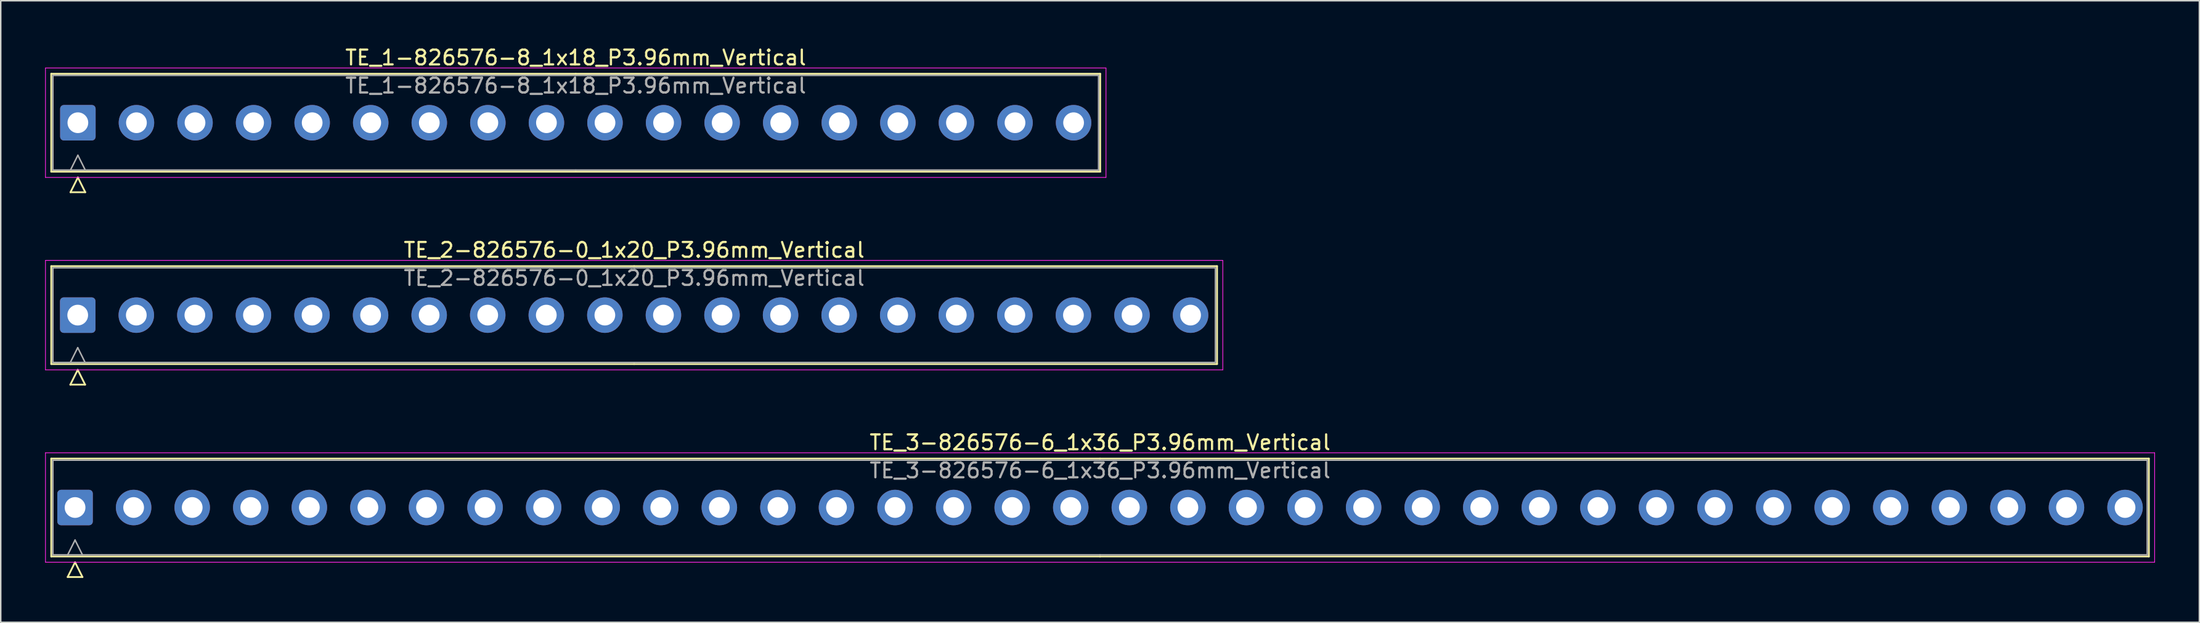
<source format=kicad_pcb>
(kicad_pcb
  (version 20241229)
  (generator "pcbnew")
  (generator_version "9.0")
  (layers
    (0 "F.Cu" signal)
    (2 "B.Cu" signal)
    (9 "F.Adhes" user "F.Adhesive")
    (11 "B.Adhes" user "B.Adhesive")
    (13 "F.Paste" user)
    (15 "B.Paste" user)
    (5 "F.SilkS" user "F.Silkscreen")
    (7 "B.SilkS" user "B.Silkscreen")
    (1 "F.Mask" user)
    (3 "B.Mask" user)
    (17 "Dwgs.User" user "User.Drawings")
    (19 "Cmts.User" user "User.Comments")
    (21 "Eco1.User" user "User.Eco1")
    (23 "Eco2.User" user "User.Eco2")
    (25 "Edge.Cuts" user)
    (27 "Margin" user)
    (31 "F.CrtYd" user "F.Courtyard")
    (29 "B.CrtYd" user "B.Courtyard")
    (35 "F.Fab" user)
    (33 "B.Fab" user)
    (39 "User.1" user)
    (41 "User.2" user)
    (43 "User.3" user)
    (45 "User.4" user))
  (footprint "TE_1-826576-8_1x18_P3.96mm_Vertical"
    (layer "F.Cu")
    (at 2.215 5.248)
    (property "Reference" "TE_1-826576-8_1x18_P3.96mm_Vertical" (at 33.66 -4.4 0) (layer "F.SilkS") (effects (font (size 1 1) (thickness 0.15))))
    (attr through_hole)
    (fp_line (start -1.8 -3.31) (end -1.8 3.31) (stroke (width 0.12) (type solid)) (layer "F.SilkS"))
    (fp_line (start -1.8 3.31) (end 33.66 3.31) (stroke (width 0.12) (type solid)) (layer "F.SilkS"))
    (fp_line (start -0.5 4.7) (end 0 3.7) (stroke (width 0.12) (type solid)) (layer "F.SilkS"))
    (fp_line (start 0 3.7) (end 0.5 4.7) (stroke (width 0.12) (type solid)) (layer "F.SilkS"))
    (fp_line (start 0.5 4.7) (end -0.5 4.7) (stroke (width 0.12) (type solid)) (layer "F.SilkS"))
    (fp_line (start 33.66 -3.31) (end -1.8 -3.31) (stroke (width 0.12) (type solid)) (layer "F.SilkS"))
    (fp_line (start 33.66 -3.31) (end 69.12 -3.31) (stroke (width 0.12) (type solid)) (layer "F.SilkS"))
    (fp_line (start 69.12 -3.31) (end 69.12 3.31) (stroke (width 0.12) (type solid)) (layer "F.SilkS"))
    (fp_line (start 69.12 3.31) (end 33.66 3.31) (stroke (width 0.12) (type solid)) (layer "F.SilkS"))
    (fp_line (start -2.19 -3.7) (end -2.19 3.7) (stroke (width 0.05) (type solid)) (layer "F.CrtYd"))
    (fp_line (start -2.19 3.7) (end 69.51 3.7) (stroke (width 0.05) (type solid)) (layer "F.CrtYd"))
    (fp_line (start 69.51 -3.7) (end -2.19 -3.7) (stroke (width 0.05) (type solid)) (layer "F.CrtYd"))
    (fp_line (start 69.51 3.7) (end 69.51 -3.7) (stroke (width 0.05) (type solid)) (layer "F.CrtYd"))
    (fp_line (start -1.69 -3.2) (end -1.69 3.2) (stroke (width 0.1) (type solid)) (layer "F.Fab"))
    (fp_line (start -1.69 3.2) (end 33.66 3.2) (stroke (width 0.1) (type solid)) (layer "F.Fab"))
    (fp_line (start -0.5 3.2) (end 0 2.2) (stroke (width 0.1) (type solid)) (layer "F.Fab"))
    (fp_line (start 0 2.2) (end 0.5 3.2) (stroke (width 0.1) (type solid)) (layer "F.Fab"))
    (fp_line (start 33.66 -3.2) (end -1.69 -3.2) (stroke (width 0.1) (type solid)) (layer "F.Fab"))
    (fp_line (start 33.66 -3.2) (end 69.01 -3.2) (stroke (width 0.1) (type solid)) (layer "F.Fab"))
    (fp_line (start 69.01 -3.2) (end 69.01 3.2) (stroke (width 0.1) (type solid)) (layer "F.Fab"))
    (fp_line (start 69.01 3.2) (end 33.66 3.2) (stroke (width 0.1) (type solid)) (layer "F.Fab"))
    (fp_text user "${REFERENCE}" (at 33.66 -2.5 0) (layer "F.Fab") (effects (font (size 1 1) (thickness 0.15))))
    (pad "1" thru_hole roundrect (at 0 0) (size 2.4 2.4) (drill 1.4) (layers "*.Cu" "*.Mask") (roundrect_rratio 0.104))
    (pad "2" thru_hole circle (at 3.96 0) (size 2.4 2.4) (drill 1.4) (layers "*.Cu" "*.Mask"))
    (pad "3" thru_hole circle (at 7.92 0) (size 2.4 2.4) (drill 1.4) (layers "*.Cu" "*.Mask"))
    (pad "4" thru_hole circle (at 11.88 0) (size 2.4 2.4) (drill 1.4) (layers "*.Cu" "*.Mask"))
    (pad "5" thru_hole circle (at 15.84 0) (size 2.4 2.4) (drill 1.4) (layers "*.Cu" "*.Mask"))
    (pad "6" thru_hole circle (at 19.8 0) (size 2.4 2.4) (drill 1.4) (layers "*.Cu" "*.Mask"))
    (pad "7" thru_hole circle (at 23.76 0) (size 2.4 2.4) (drill 1.4) (layers "*.Cu" "*.Mask"))
    (pad "8" thru_hole circle (at 27.72 0) (size 2.4 2.4) (drill 1.4) (layers "*.Cu" "*.Mask"))
    (pad "9" thru_hole circle (at 31.68 0) (size 2.4 2.4) (drill 1.4) (layers "*.Cu" "*.Mask"))
    (pad "10" thru_hole circle (at 35.64 0) (size 2.4 2.4) (drill 1.4) (layers "*.Cu" "*.Mask"))
    (pad "11" thru_hole circle (at 39.6 0) (size 2.4 2.4) (drill 1.4) (layers "*.Cu" "*.Mask"))
    (pad "12" thru_hole circle (at 43.56 0) (size 2.4 2.4) (drill 1.4) (layers "*.Cu" "*.Mask"))
    (pad "13" thru_hole circle (at 47.52 0) (size 2.4 2.4) (drill 1.4) (layers "*.Cu" "*.Mask"))
    (pad "14" thru_hole circle (at 51.48 0) (size 2.4 2.4) (drill 1.4) (layers "*.Cu" "*.Mask"))
    (pad "15" thru_hole circle (at 55.44 0) (size 2.4 2.4) (drill 1.4) (layers "*.Cu" "*.Mask"))
    (pad "16" thru_hole circle (at 59.4 0) (size 2.4 2.4) (drill 1.4) (layers "*.Cu" "*.Mask"))
    (pad "17" thru_hole circle (at 63.36 0) (size 2.4 2.4) (drill 1.4) (layers "*.Cu" "*.Mask"))
    (pad "18" thru_hole circle (at 67.32 0) (size 2.4 2.4) (drill 1.4) (layers "*.Cu" "*.Mask")))
  (footprint "TE_2-826576-0_1x20_P3.96mm_Vertical"
    (layer "F.Cu")
    (at 2.205 18.256)
    (property "Reference" "TE_2-826576-0_1x20_P3.96mm_Vertical" (at 37.62 -4.4 0) (layer "F.SilkS") (effects (font (size 1 1) (thickness 0.15))))
    (attr through_hole)
    (fp_line (start -1.79 -3.31) (end -1.79 3.31) (stroke (width 0.12) (type solid)) (layer "F.SilkS"))
    (fp_line (start -1.79 3.31) (end 37.62 3.31) (stroke (width 0.12) (type solid)) (layer "F.SilkS"))
    (fp_line (start -0.5 4.7) (end 0 3.7) (stroke (width 0.12) (type solid)) (layer "F.SilkS"))
    (fp_line (start 0 3.7) (end 0.5 4.7) (stroke (width 0.12) (type solid)) (layer "F.SilkS"))
    (fp_line (start 0.5 4.7) (end -0.5 4.7) (stroke (width 0.12) (type solid)) (layer "F.SilkS"))
    (fp_line (start 37.62 -3.31) (end -1.79 -3.31) (stroke (width 0.12) (type solid)) (layer "F.SilkS"))
    (fp_line (start 37.62 -3.31) (end 77.03 -3.31) (stroke (width 0.12) (type solid)) (layer "F.SilkS"))
    (fp_line (start 77.03 -3.31) (end 77.03 3.31) (stroke (width 0.12) (type solid)) (layer "F.SilkS"))
    (fp_line (start 77.03 3.31) (end 37.62 3.31) (stroke (width 0.12) (type solid)) (layer "F.SilkS"))
    (fp_line (start -2.18 -3.7) (end -2.18 3.7) (stroke (width 0.05) (type solid)) (layer "F.CrtYd"))
    (fp_line (start -2.18 3.7) (end 77.42 3.7) (stroke (width 0.05) (type solid)) (layer "F.CrtYd"))
    (fp_line (start 77.42 -3.7) (end -2.18 -3.7) (stroke (width 0.05) (type solid)) (layer "F.CrtYd"))
    (fp_line (start 77.42 3.7) (end 77.42 -3.7) (stroke (width 0.05) (type solid)) (layer "F.CrtYd"))
    (fp_line (start -1.68 -3.2) (end -1.68 3.2) (stroke (width 0.1) (type solid)) (layer "F.Fab"))
    (fp_line (start -1.68 3.2) (end 37.62 3.2) (stroke (width 0.1) (type solid)) (layer "F.Fab"))
    (fp_line (start -0.5 3.2) (end 0 2.2) (stroke (width 0.1) (type solid)) (layer "F.Fab"))
    (fp_line (start 0 2.2) (end 0.5 3.2) (stroke (width 0.1) (type solid)) (layer "F.Fab"))
    (fp_line (start 37.62 -3.2) (end -1.68 -3.2) (stroke (width 0.1) (type solid)) (layer "F.Fab"))
    (fp_line (start 37.62 -3.2) (end 76.92 -3.2) (stroke (width 0.1) (type solid)) (layer "F.Fab"))
    (fp_line (start 76.92 -3.2) (end 76.92 3.2) (stroke (width 0.1) (type solid)) (layer "F.Fab"))
    (fp_line (start 76.92 3.2) (end 37.62 3.2) (stroke (width 0.1) (type solid)) (layer "F.Fab"))
    (fp_text user "${REFERENCE}" (at 37.62 -2.5 0) (layer "F.Fab") (effects (font (size 1 1) (thickness 0.15))))
    (pad "1" thru_hole roundrect (at 0 0) (size 2.4 2.4) (drill 1.4) (layers "*.Cu" "*.Mask") (roundrect_rratio 0.104))
    (pad "2" thru_hole circle (at 3.96 0) (size 2.4 2.4) (drill 1.4) (layers "*.Cu" "*.Mask"))
    (pad "3" thru_hole circle (at 7.92 0) (size 2.4 2.4) (drill 1.4) (layers "*.Cu" "*.Mask"))
    (pad "4" thru_hole circle (at 11.88 0) (size 2.4 2.4) (drill 1.4) (layers "*.Cu" "*.Mask"))
    (pad "5" thru_hole circle (at 15.84 0) (size 2.4 2.4) (drill 1.4) (layers "*.Cu" "*.Mask"))
    (pad "6" thru_hole circle (at 19.8 0) (size 2.4 2.4) (drill 1.4) (layers "*.Cu" "*.Mask"))
    (pad "7" thru_hole circle (at 23.76 0) (size 2.4 2.4) (drill 1.4) (layers "*.Cu" "*.Mask"))
    (pad "8" thru_hole circle (at 27.72 0) (size 2.4 2.4) (drill 1.4) (layers "*.Cu" "*.Mask"))
    (pad "9" thru_hole circle (at 31.68 0) (size 2.4 2.4) (drill 1.4) (layers "*.Cu" "*.Mask"))
    (pad "10" thru_hole circle (at 35.64 0) (size 2.4 2.4) (drill 1.4) (layers "*.Cu" "*.Mask"))
    (pad "11" thru_hole circle (at 39.6 0) (size 2.4 2.4) (drill 1.4) (layers "*.Cu" "*.Mask"))
    (pad "12" thru_hole circle (at 43.56 0) (size 2.4 2.4) (drill 1.4) (layers "*.Cu" "*.Mask"))
    (pad "13" thru_hole circle (at 47.52 0) (size 2.4 2.4) (drill 1.4) (layers "*.Cu" "*.Mask"))
    (pad "14" thru_hole circle (at 51.48 0) (size 2.4 2.4) (drill 1.4) (layers "*.Cu" "*.Mask"))
    (pad "15" thru_hole circle (at 55.44 0) (size 2.4 2.4) (drill 1.4) (layers "*.Cu" "*.Mask"))
    (pad "16" thru_hole circle (at 59.4 0) (size 2.4 2.4) (drill 1.4) (layers "*.Cu" "*.Mask"))
    (pad "17" thru_hole circle (at 63.36 0) (size 2.4 2.4) (drill 1.4) (layers "*.Cu" "*.Mask"))
    (pad "18" thru_hole circle (at 67.32 0) (size 2.4 2.4) (drill 1.4) (layers "*.Cu" "*.Mask"))
    (pad "19" thru_hole circle (at 71.28 0) (size 2.4 2.4) (drill 1.4) (layers "*.Cu" "*.Mask"))
    (pad "20" thru_hole circle (at 75.24 0) (size 2.4 2.4) (drill 1.4) (layers "*.Cu" "*.Mask")))
  (footprint "TE_3-826576-6_1x36_P3.96mm_Vertical"
    (layer "F.Cu")
    (at 2.025 31.265)
    (property "Reference" "TE_3-826576-6_1x36_P3.96mm_Vertical" (at 69.3 -4.4 0) (layer "F.SilkS") (effects (font (size 1 1) (thickness 0.15))))
    (attr through_hole)
    (fp_line (start -1.61 -3.31) (end -1.61 3.31) (stroke (width 0.12) (type solid)) (layer "F.SilkS"))
    (fp_line (start -1.61 3.31) (end 69.3 3.31) (stroke (width 0.12) (type solid)) (layer "F.SilkS"))
    (fp_line (start -0.5 4.7) (end 0 3.7) (stroke (width 0.12) (type solid)) (layer "F.SilkS"))
    (fp_line (start 0 3.7) (end 0.5 4.7) (stroke (width 0.12) (type solid)) (layer "F.SilkS"))
    (fp_line (start 0.5 4.7) (end -0.5 4.7) (stroke (width 0.12) (type solid)) (layer "F.SilkS"))
    (fp_line (start 69.3 -3.31) (end -1.61 -3.31) (stroke (width 0.12) (type solid)) (layer "F.SilkS"))
    (fp_line (start 69.3 -3.31) (end 140.21 -3.31) (stroke (width 0.12) (type solid)) (layer "F.SilkS"))
    (fp_line (start 140.21 -3.31) (end 140.21 3.31) (stroke (width 0.12) (type solid)) (layer "F.SilkS"))
    (fp_line (start 140.21 3.31) (end 69.3 3.31) (stroke (width 0.12) (type solid)) (layer "F.SilkS"))
    (fp_line (start -2 -3.7) (end -2 3.7) (stroke (width 0.05) (type solid)) (layer "F.CrtYd"))
    (fp_line (start -2 3.7) (end 140.6 3.7) (stroke (width 0.05) (type solid)) (layer "F.CrtYd"))
    (fp_line (start 140.6 -3.7) (end -2 -3.7) (stroke (width 0.05) (type solid)) (layer "F.CrtYd"))
    (fp_line (start 140.6 3.7) (end 140.6 -3.7) (stroke (width 0.05) (type solid)) (layer "F.CrtYd"))
    (fp_line (start -1.5 -3.2) (end -1.5 3.2) (stroke (width 0.1) (type solid)) (layer "F.Fab"))
    (fp_line (start -1.5 3.2) (end 69.3 3.2) (stroke (width 0.1) (type solid)) (layer "F.Fab"))
    (fp_line (start -0.5 3.2) (end 0 2.2) (stroke (width 0.1) (type solid)) (layer "F.Fab"))
    (fp_line (start 0 2.2) (end 0.5 3.2) (stroke (width 0.1) (type solid)) (layer "F.Fab"))
    (fp_line (start 69.3 -3.2) (end -1.5 -3.2) (stroke (width 0.1) (type solid)) (layer "F.Fab"))
    (fp_line (start 69.3 -3.2) (end 140.1 -3.2) (stroke (width 0.1) (type solid)) (layer "F.Fab"))
    (fp_line (start 140.1 -3.2) (end 140.1 3.2) (stroke (width 0.1) (type solid)) (layer "F.Fab"))
    (fp_line (start 140.1 3.2) (end 69.3 3.2) (stroke (width 0.1) (type solid)) (layer "F.Fab"))
    (fp_text user "${REFERENCE}" (at 69.3 -2.5 0) (layer "F.Fab") (effects (font (size 1 1) (thickness 0.15))))
    (pad "1" thru_hole roundrect (at 0 0) (size 2.4 2.4) (drill 1.4) (layers "*.Cu" "*.Mask") (roundrect_rratio 0.104))
    (pad "2" thru_hole circle (at 3.96 0) (size 2.4 2.4) (drill 1.4) (layers "*.Cu" "*.Mask"))
    (pad "3" thru_hole circle (at 7.92 0) (size 2.4 2.4) (drill 1.4) (layers "*.Cu" "*.Mask"))
    (pad "4" thru_hole circle (at 11.88 0) (size 2.4 2.4) (drill 1.4) (layers "*.Cu" "*.Mask"))
    (pad "5" thru_hole circle (at 15.84 0) (size 2.4 2.4) (drill 1.4) (layers "*.Cu" "*.Mask"))
    (pad "6" thru_hole circle (at 19.8 0) (size 2.4 2.4) (drill 1.4) (layers "*.Cu" "*.Mask"))
    (pad "7" thru_hole circle (at 23.76 0) (size 2.4 2.4) (drill 1.4) (layers "*.Cu" "*.Mask"))
    (pad "8" thru_hole circle (at 27.72 0) (size 2.4 2.4) (drill 1.4) (layers "*.Cu" "*.Mask"))
    (pad "9" thru_hole circle (at 31.68 0) (size 2.4 2.4) (drill 1.4) (layers "*.Cu" "*.Mask"))
    (pad "10" thru_hole circle (at 35.64 0) (size 2.4 2.4) (drill 1.4) (layers "*.Cu" "*.Mask"))
    (pad "11" thru_hole circle (at 39.6 0) (size 2.4 2.4) (drill 1.4) (layers "*.Cu" "*.Mask"))
    (pad "12" thru_hole circle (at 43.56 0) (size 2.4 2.4) (drill 1.4) (layers "*.Cu" "*.Mask"))
    (pad "13" thru_hole circle (at 47.52 0) (size 2.4 2.4) (drill 1.4) (layers "*.Cu" "*.Mask"))
    (pad "14" thru_hole circle (at 51.48 0) (size 2.4 2.4) (drill 1.4) (layers "*.Cu" "*.Mask"))
    (pad "15" thru_hole circle (at 55.44 0) (size 2.4 2.4) (drill 1.4) (layers "*.Cu" "*.Mask"))
    (pad "16" thru_hole circle (at 59.4 0) (size 2.4 2.4) (drill 1.4) (layers "*.Cu" "*.Mask"))
    (pad "17" thru_hole circle (at 63.36 0) (size 2.4 2.4) (drill 1.4) (layers "*.Cu" "*.Mask"))
    (pad "18" thru_hole circle (at 67.32 0) (size 2.4 2.4) (drill 1.4) (layers "*.Cu" "*.Mask"))
    (pad "19" thru_hole circle (at 71.28 0) (size 2.4 2.4) (drill 1.4) (layers "*.Cu" "*.Mask"))
    (pad "20" thru_hole circle (at 75.24 0) (size 2.4 2.4) (drill 1.4) (layers "*.Cu" "*.Mask"))
    (pad "21" thru_hole circle (at 79.2 0) (size 2.4 2.4) (drill 1.4) (layers "*.Cu" "*.Mask"))
    (pad "22" thru_hole circle (at 83.16 0) (size 2.4 2.4) (drill 1.4) (layers "*.Cu" "*.Mask"))
    (pad "23" thru_hole circle (at 87.12 0) (size 2.4 2.4) (drill 1.4) (layers "*.Cu" "*.Mask"))
    (pad "24" thru_hole circle (at 91.08 0) (size 2.4 2.4) (drill 1.4) (layers "*.Cu" "*.Mask"))
    (pad "25" thru_hole circle (at 95.04 0) (size 2.4 2.4) (drill 1.4) (layers "*.Cu" "*.Mask"))
    (pad "26" thru_hole circle (at 99 0) (size 2.4 2.4) (drill 1.4) (layers "*.Cu" "*.Mask"))
    (pad "27" thru_hole circle (at 102.96 0) (size 2.4 2.4) (drill 1.4) (layers "*.Cu" "*.Mask"))
    (pad "28" thru_hole circle (at 106.92 0) (size 2.4 2.4) (drill 1.4) (layers "*.Cu" "*.Mask"))
    (pad "29" thru_hole circle (at 110.88 0) (size 2.4 2.4) (drill 1.4) (layers "*.Cu" "*.Mask"))
    (pad "30" thru_hole circle (at 114.84 0) (size 2.4 2.4) (drill 1.4) (layers "*.Cu" "*.Mask"))
    (pad "31" thru_hole circle (at 118.8 0) (size 2.4 2.4) (drill 1.4) (layers "*.Cu" "*.Mask"))
    (pad "32" thru_hole circle (at 122.76 0) (size 2.4 2.4) (drill 1.4) (layers "*.Cu" "*.Mask"))
    (pad "33" thru_hole circle (at 126.72 0) (size 2.4 2.4) (drill 1.4) (layers "*.Cu" "*.Mask"))
    (pad "34" thru_hole circle (at 130.68 0) (size 2.4 2.4) (drill 1.4) (layers "*.Cu" "*.Mask"))
    (pad "35" thru_hole circle (at 134.64 0) (size 2.4 2.4) (drill 1.4) (layers "*.Cu" "*.Mask"))
    (pad "36" thru_hole circle (at 138.6 0) (size 2.4 2.4) (drill 1.4) (layers "*.Cu" "*.Mask")))
  (gr_rect
    (start -3 -3)
    (end 145.65 39.025)
    (stroke (width 0.1) (type default))
    (fill no)
    (layer "Edge.Cuts")))
</source>
